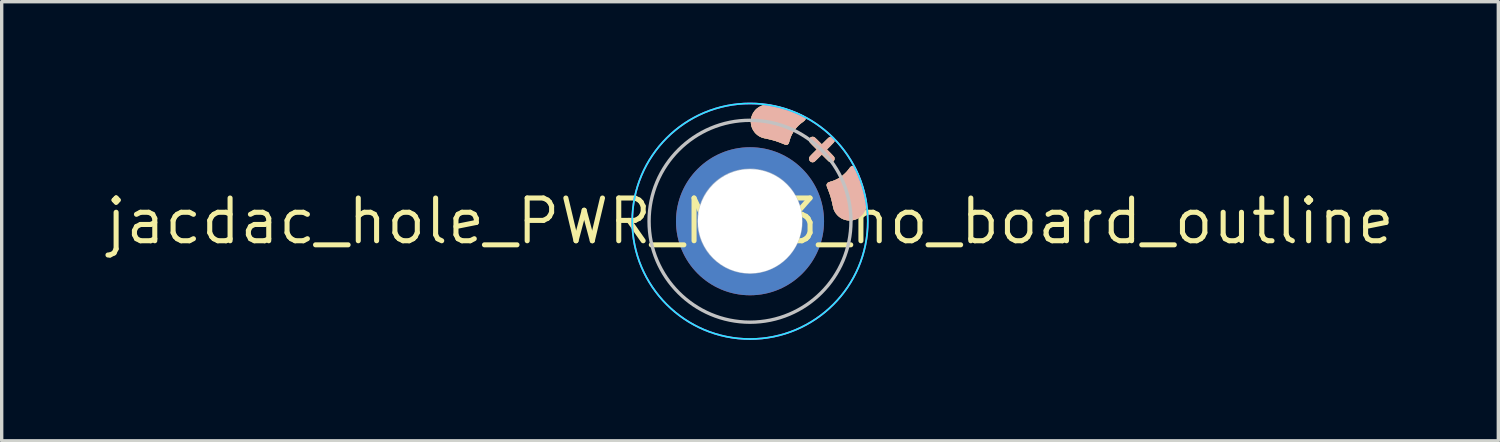
<source format=kicad_pcb>
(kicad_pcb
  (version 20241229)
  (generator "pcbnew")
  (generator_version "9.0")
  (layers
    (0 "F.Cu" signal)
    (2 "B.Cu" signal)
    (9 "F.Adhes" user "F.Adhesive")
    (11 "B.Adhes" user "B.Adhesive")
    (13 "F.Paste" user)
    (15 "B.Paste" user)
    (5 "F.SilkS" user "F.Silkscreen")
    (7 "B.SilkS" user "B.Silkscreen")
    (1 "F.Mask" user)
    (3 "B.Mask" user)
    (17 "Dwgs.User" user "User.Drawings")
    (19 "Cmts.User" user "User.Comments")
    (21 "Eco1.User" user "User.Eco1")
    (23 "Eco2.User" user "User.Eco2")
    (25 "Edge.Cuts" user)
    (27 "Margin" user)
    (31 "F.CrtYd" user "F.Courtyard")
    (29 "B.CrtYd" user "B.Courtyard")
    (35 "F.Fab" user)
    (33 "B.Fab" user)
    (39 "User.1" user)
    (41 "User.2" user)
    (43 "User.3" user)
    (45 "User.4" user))
  (footprint "jacdac_hole_PWR_MH3_no_board_outline"
    (layer "F.Cu")
    (at 19.239 3.525)
    (property "Reference" "jacdac_hole_PWR_MH3_no_board_outline" (at 0 0 0) (layer "F.SilkS") (effects (font (size 1.27 1.27) (thickness 0.15))))
    (attr through_hole exclude_from_bom)
    (fp_circle (center 0 0) (end 0 -2.5) (stroke (width 0) (type solid)) (fill yes) (layer "F.Mask"))
    (fp_circle (center 0 0) (end 0 -2.5) (stroke (width 0) (type solid)) (fill yes) (layer "B.Mask"))
    (fp_poly (pts (xy 2.284 -1.098) (xy 2.291 -1.114) (xy 2.301 -1.127) (xy 2.31 -1.137) (xy 2.32 -1.144) (xy 2.332 -1.151) (xy 2.347 -1.158) (xy 2.368 -1.164) (xy 2.394 -1.172) (xy 2.395 -1.173) (xy 2.452 -1.19) (xy 2.504 -1.209) (xy 2.553 -1.231) (xy 2.586 -1.247) (xy 2.661 -1.29) (xy 2.733 -1.339) (xy 2.8 -1.395) (xy 2.863 -1.456) (xy 2.919 -1.522) (xy 2.947 -1.56) (xy 2.969 -1.588) (xy 2.989 -1.61) (xy 3.009 -1.625) (xy 3.028 -1.635) (xy 3.048 -1.639) (xy 3.053 -1.639) (xy 3.071 -1.637) (xy 3.088 -1.631) (xy 3.104 -1.619) (xy 3.119 -1.602) (xy 3.135 -1.578) (xy 3.151 -1.548) (xy 3.151 -1.547) (xy 3.209 -1.426) (xy 3.262 -1.298) (xy 3.311 -1.165) (xy 3.356 -1.029) (xy 3.395 -0.889) (xy 3.429 -0.747) (xy 3.442 -0.688) (xy 3.453 -0.629) (xy 3.46 -0.576) (xy 3.463 -0.528) (xy 3.462 -0.486) (xy 3.458 -0.452) (xy 3.443 -0.389) (xy 3.422 -0.329) (xy 3.394 -0.273) (xy 3.36 -0.222) (xy 3.319 -0.175) (xy 3.273 -0.134) (xy 3.22 -0.097) (xy 3.212 -0.092) (xy 3.159 -0.066) (xy 3.103 -0.046) (xy 3.044 -0.033) (xy 2.984 -0.027) (xy 2.924 -0.028) (xy 2.864 -0.036) (xy 2.807 -0.05) (xy 2.803 -0.052) (xy 2.747 -0.075) (xy 2.694 -0.104) (xy 2.645 -0.14) (xy 2.6 -0.182) (xy 2.56 -0.228) (xy 2.527 -0.279) (xy 2.5 -0.333) (xy 2.491 -0.355) (xy 2.486 -0.37) (xy 2.481 -0.39) (xy 2.475 -0.414) (xy 2.469 -0.441) (xy 2.463 -0.467) (xy 2.463 -0.468) (xy 2.441 -0.567) (xy 2.418 -0.661) (xy 2.392 -0.751) (xy 2.362 -0.838) (xy 2.33 -0.925) (xy 2.31 -0.973) (xy 2.296 -1.008) (xy 2.287 -1.036) (xy 2.282 -1.06) (xy 2.281 -1.081) (xy 2.284 -1.098)) (stroke (width 0.01) (type solid)) (fill yes) (layer "F.SilkS"))
    (fp_poly (pts (xy 0.035 -3.049) (xy 0.048 -3.107) (xy 0.069 -3.162) (xy 0.095 -3.214) (xy 0.128 -3.263) (xy 0.166 -3.308) (xy 0.209 -3.348) (xy 0.258 -3.383) (xy 0.311 -3.412) (xy 0.368 -3.436) (xy 0.43 -3.453) (xy 0.431 -3.454) (xy 0.449 -3.457) (xy 0.468 -3.459) (xy 0.491 -3.46) (xy 0.519 -3.46) (xy 0.531 -3.46) (xy 0.552 -3.46) (xy 0.573 -3.459) (xy 0.595 -3.457) (xy 0.617 -3.455) (xy 0.642 -3.451) (xy 0.67 -3.446) (xy 0.702 -3.439) (xy 0.74 -3.431) (xy 0.784 -3.421) (xy 0.802 -3.417) (xy 0.916 -3.388) (xy 1.032 -3.354) (xy 1.149 -3.316) (xy 1.265 -3.274) (xy 1.379 -3.228) (xy 1.487 -3.18) (xy 1.558 -3.145) (xy 1.586 -3.131) (xy 1.607 -3.118) (xy 1.623 -3.106) (xy 1.634 -3.094) (xy 1.642 -3.082) (xy 1.642 -3.08) (xy 1.648 -3.062) (xy 1.648 -3.045) (xy 1.644 -3.031) (xy 1.634 -3.011) (xy 1.615 -2.991) (xy 1.59 -2.97) (xy 1.585 -2.967) (xy 1.512 -2.913) (xy 1.444 -2.854) (xy 1.383 -2.79) (xy 1.328 -2.721) (xy 1.279 -2.648) (xy 1.237 -2.572) (xy 1.211 -2.515) (xy 1.199 -2.484) (xy 1.188 -2.452) (xy 1.177 -2.419) (xy 1.166 -2.381) (xy 1.157 -2.348) (xy 1.152 -2.33) (xy 1.147 -2.317) (xy 1.14 -2.306) (xy 1.132 -2.298) (xy 1.117 -2.284) (xy 1.1 -2.276) (xy 1.082 -2.274) (xy 1.061 -2.276) (xy 1.035 -2.284) (xy 1.013 -2.293) (xy 0.892 -2.342) (xy 0.768 -2.386) (xy 0.639 -2.423) (xy 0.506 -2.454) (xy 0.475 -2.461) (xy 0.44 -2.468) (xy 0.412 -2.474) (xy 0.388 -2.48) (xy 0.368 -2.486) (xy 0.349 -2.493) (xy 0.331 -2.501) (xy 0.317 -2.507) (xy 0.264 -2.535) (xy 0.215 -2.571) (xy 0.17 -2.611) (xy 0.131 -2.657) (xy 0.097 -2.707) (xy 0.069 -2.761) (xy 0.048 -2.817) (xy 0.037 -2.864) (xy 0.028 -2.927) (xy 0.028 -2.989) (xy 0.035 -3.049)) (stroke (width 0.01) (type solid)) (fill yes) (layer "F.SilkS"))
    (fp_poly (pts (xy 1.761 -1.87) (xy 1.762 -1.88) (xy 1.764 -1.89) (xy 1.768 -1.899) (xy 1.774 -1.91) (xy 1.783 -1.922) (xy 1.795 -1.936) (xy 1.811 -1.953) (xy 1.831 -1.974) (xy 1.855 -1.999) (xy 1.883 -2.027) (xy 1.989 -2.133) (xy 1.881 -2.241) (xy 1.849 -2.274) (xy 1.822 -2.302) (xy 1.801 -2.324) (xy 1.785 -2.342) (xy 1.774 -2.355) (xy 1.768 -2.363) (xy 1.767 -2.365) (xy 1.761 -2.389) (xy 1.762 -2.415) (xy 1.767 -2.441) (xy 1.778 -2.464) (xy 1.788 -2.476) (xy 1.808 -2.492) (xy 1.832 -2.502) (xy 1.859 -2.506) (xy 1.886 -2.503) (xy 1.896 -2.5) (xy 1.902 -2.498) (xy 1.908 -2.495) (xy 1.915 -2.491) (xy 1.923 -2.485) (xy 1.933 -2.476) (xy 1.946 -2.464) (xy 1.962 -2.449) (xy 1.982 -2.43) (xy 2.006 -2.406) (xy 2.026 -2.386) (xy 2.134 -2.279) (xy 2.24 -2.384) (xy 2.269 -2.412) (xy 2.294 -2.437) (xy 2.317 -2.458) (xy 2.336 -2.475) (xy 2.35 -2.488) (xy 2.359 -2.495) (xy 2.362 -2.497) (xy 2.38 -2.502) (xy 2.402 -2.505) (xy 2.425 -2.503) (xy 2.445 -2.499) (xy 2.454 -2.496) (xy 2.473 -2.482) (xy 2.49 -2.463) (xy 2.501 -2.444) (xy 2.505 -2.428) (xy 2.507 -2.408) (xy 2.506 -2.388) (xy 2.503 -2.37) (xy 2.501 -2.364) (xy 2.496 -2.357) (xy 2.485 -2.344) (xy 2.469 -2.326) (xy 2.447 -2.303) (xy 2.42 -2.275) (xy 2.387 -2.242) (xy 2.387 -2.241) (xy 2.279 -2.133) (xy 2.385 -2.027) (xy 2.416 -1.996) (xy 2.441 -1.97) (xy 2.462 -1.948) (xy 2.477 -1.931) (xy 2.489 -1.918) (xy 2.496 -1.908) (xy 2.499 -1.903) (xy 2.506 -1.879) (xy 2.507 -1.852) (xy 2.502 -1.826) (xy 2.497 -1.813) (xy 2.481 -1.789) (xy 2.46 -1.772) (xy 2.438 -1.762) (xy 2.42 -1.758) (xy 2.405 -1.757) (xy 2.389 -1.759) (xy 2.376 -1.763) (xy 2.37 -1.764) (xy 2.364 -1.767) (xy 2.358 -1.771) (xy 2.351 -1.776) (xy 2.342 -1.783) (xy 2.33 -1.794) (xy 2.316 -1.808) (xy 2.298 -1.825) (xy 2.276 -1.847) (xy 2.248 -1.874) (xy 2.244 -1.879) (xy 2.134 -1.988) (xy 2.024 -1.879) (xy 1.996 -1.851) (xy 1.973 -1.828) (xy 1.954 -1.81) (xy 1.939 -1.795) (xy 1.927 -1.785) (xy 1.918 -1.777) (xy 1.911 -1.771) (xy 1.904 -1.767) (xy 1.899 -1.765) (xy 1.893 -1.763) (xy 1.892 -1.763) (xy 1.873 -1.758) (xy 1.858 -1.757) (xy 1.843 -1.759) (xy 1.83 -1.762) (xy 1.805 -1.773) (xy 1.786 -1.79) (xy 1.771 -1.812) (xy 1.763 -1.838) (xy 1.761 -1.859) (xy 1.761 -1.87)) (stroke (width 0.01) (type solid)) (fill yes) (layer "F.SilkS"))
    (fp_poly (pts (xy 2.284 -1.098) (xy 2.291 -1.114) (xy 2.301 -1.127) (xy 2.31 -1.137) (xy 2.32 -1.144) (xy 2.332 -1.151) (xy 2.347 -1.158) (xy 2.368 -1.164) (xy 2.394 -1.172) (xy 2.395 -1.173) (xy 2.452 -1.19) (xy 2.504 -1.209) (xy 2.553 -1.231) (xy 2.586 -1.247) (xy 2.661 -1.29) (xy 2.733 -1.339) (xy 2.8 -1.395) (xy 2.863 -1.456) (xy 2.919 -1.522) (xy 2.947 -1.56) (xy 2.969 -1.588) (xy 2.989 -1.61) (xy 3.009 -1.625) (xy 3.028 -1.635) (xy 3.048 -1.639) (xy 3.053 -1.639) (xy 3.071 -1.637) (xy 3.088 -1.631) (xy 3.104 -1.619) (xy 3.119 -1.602) (xy 3.135 -1.578) (xy 3.151 -1.548) (xy 3.151 -1.547) (xy 3.209 -1.426) (xy 3.262 -1.298) (xy 3.311 -1.165) (xy 3.356 -1.029) (xy 3.395 -0.889) (xy 3.429 -0.747) (xy 3.442 -0.688) (xy 3.453 -0.629) (xy 3.46 -0.576) (xy 3.463 -0.528) (xy 3.462 -0.486) (xy 3.458 -0.452) (xy 3.443 -0.389) (xy 3.422 -0.329) (xy 3.394 -0.273) (xy 3.36 -0.222) (xy 3.319 -0.175) (xy 3.273 -0.134) (xy 3.22 -0.097) (xy 3.212 -0.092) (xy 3.159 -0.066) (xy 3.103 -0.046) (xy 3.044 -0.033) (xy 2.984 -0.027) (xy 2.924 -0.028) (xy 2.864 -0.036) (xy 2.807 -0.05) (xy 2.803 -0.052) (xy 2.747 -0.075) (xy 2.694 -0.104) (xy 2.645 -0.14) (xy 2.6 -0.182) (xy 2.56 -0.228) (xy 2.527 -0.279) (xy 2.5 -0.333) (xy 2.491 -0.355) (xy 2.486 -0.37) (xy 2.481 -0.39) (xy 2.475 -0.414) (xy 2.469 -0.441) (xy 2.463 -0.467) (xy 2.463 -0.468) (xy 2.441 -0.567) (xy 2.418 -0.661) (xy 2.392 -0.751) (xy 2.362 -0.838) (xy 2.33 -0.925) (xy 2.31 -0.973) (xy 2.296 -1.008) (xy 2.287 -1.036) (xy 2.282 -1.06) (xy 2.281 -1.081) (xy 2.284 -1.098)) (stroke (width 0.01) (type solid)) (fill yes) (layer "B.SilkS"))
    (fp_poly (pts (xy 0.035 -3.049) (xy 0.048 -3.107) (xy 0.069 -3.162) (xy 0.095 -3.214) (xy 0.128 -3.263) (xy 0.166 -3.308) (xy 0.209 -3.348) (xy 0.258 -3.383) (xy 0.311 -3.412) (xy 0.368 -3.436) (xy 0.43 -3.453) (xy 0.431 -3.454) (xy 0.449 -3.457) (xy 0.468 -3.459) (xy 0.491 -3.46) (xy 0.519 -3.46) (xy 0.531 -3.46) (xy 0.552 -3.46) (xy 0.573 -3.459) (xy 0.595 -3.457) (xy 0.617 -3.455) (xy 0.642 -3.451) (xy 0.67 -3.446) (xy 0.702 -3.439) (xy 0.74 -3.431) (xy 0.784 -3.421) (xy 0.802 -3.417) (xy 0.916 -3.388) (xy 1.032 -3.354) (xy 1.149 -3.316) (xy 1.265 -3.274) (xy 1.379 -3.228) (xy 1.487 -3.18) (xy 1.558 -3.145) (xy 1.586 -3.131) (xy 1.607 -3.118) (xy 1.623 -3.106) (xy 1.634 -3.094) (xy 1.642 -3.082) (xy 1.642 -3.08) (xy 1.648 -3.062) (xy 1.648 -3.045) (xy 1.644 -3.031) (xy 1.634 -3.011) (xy 1.615 -2.991) (xy 1.59 -2.97) (xy 1.585 -2.967) (xy 1.512 -2.913) (xy 1.444 -2.854) (xy 1.383 -2.79) (xy 1.328 -2.721) (xy 1.279 -2.648) (xy 1.237 -2.572) (xy 1.211 -2.515) (xy 1.199 -2.484) (xy 1.188 -2.452) (xy 1.177 -2.419) (xy 1.166 -2.381) (xy 1.157 -2.348) (xy 1.152 -2.33) (xy 1.147 -2.317) (xy 1.14 -2.306) (xy 1.132 -2.298) (xy 1.117 -2.284) (xy 1.1 -2.276) (xy 1.082 -2.274) (xy 1.061 -2.276) (xy 1.035 -2.284) (xy 1.013 -2.293) (xy 0.892 -2.342) (xy 0.768 -2.386) (xy 0.639 -2.423) (xy 0.506 -2.454) (xy 0.475 -2.461) (xy 0.44 -2.468) (xy 0.412 -2.474) (xy 0.388 -2.48) (xy 0.368 -2.486) (xy 0.349 -2.493) (xy 0.331 -2.501) (xy 0.317 -2.507) (xy 0.264 -2.535) (xy 0.215 -2.571) (xy 0.17 -2.611) (xy 0.131 -2.657) (xy 0.097 -2.707) (xy 0.069 -2.761) (xy 0.048 -2.817) (xy 0.037 -2.864) (xy 0.028 -2.927) (xy 0.028 -2.989) (xy 0.035 -3.049)) (stroke (width 0.01) (type solid)) (fill yes) (layer "B.SilkS"))
    (fp_poly (pts (xy 1.761 -1.87) (xy 1.762 -1.88) (xy 1.764 -1.89) (xy 1.768 -1.899) (xy 1.774 -1.91) (xy 1.783 -1.922) (xy 1.795 -1.936) (xy 1.811 -1.953) (xy 1.831 -1.974) (xy 1.855 -1.999) (xy 1.883 -2.027) (xy 1.989 -2.133) (xy 1.881 -2.241) (xy 1.849 -2.274) (xy 1.822 -2.302) (xy 1.801 -2.324) (xy 1.785 -2.342) (xy 1.774 -2.355) (xy 1.768 -2.363) (xy 1.767 -2.365) (xy 1.761 -2.389) (xy 1.762 -2.415) (xy 1.767 -2.441) (xy 1.778 -2.464) (xy 1.788 -2.476) (xy 1.808 -2.492) (xy 1.832 -2.502) (xy 1.859 -2.506) (xy 1.886 -2.503) (xy 1.896 -2.5) (xy 1.902 -2.498) (xy 1.908 -2.495) (xy 1.915 -2.491) (xy 1.923 -2.485) (xy 1.933 -2.476) (xy 1.946 -2.464) (xy 1.962 -2.449) (xy 1.982 -2.43) (xy 2.006 -2.406) (xy 2.026 -2.386) (xy 2.134 -2.279) (xy 2.24 -2.384) (xy 2.269 -2.412) (xy 2.294 -2.437) (xy 2.317 -2.458) (xy 2.336 -2.475) (xy 2.35 -2.488) (xy 2.359 -2.495) (xy 2.362 -2.497) (xy 2.38 -2.502) (xy 2.402 -2.505) (xy 2.425 -2.503) (xy 2.445 -2.499) (xy 2.454 -2.496) (xy 2.473 -2.482) (xy 2.49 -2.463) (xy 2.501 -2.444) (xy 2.505 -2.428) (xy 2.507 -2.408) (xy 2.506 -2.388) (xy 2.503 -2.37) (xy 2.501 -2.364) (xy 2.496 -2.357) (xy 2.485 -2.344) (xy 2.469 -2.326) (xy 2.447 -2.303) (xy 2.42 -2.275) (xy 2.387 -2.242) (xy 2.387 -2.241) (xy 2.279 -2.133) (xy 2.385 -2.027) (xy 2.416 -1.996) (xy 2.441 -1.97) (xy 2.462 -1.948) (xy 2.477 -1.931) (xy 2.489 -1.918) (xy 2.496 -1.908) (xy 2.499 -1.903) (xy 2.506 -1.879) (xy 2.507 -1.852) (xy 2.502 -1.826) (xy 2.497 -1.813) (xy 2.481 -1.789) (xy 2.46 -1.772) (xy 2.438 -1.762) (xy 2.42 -1.758) (xy 2.405 -1.757) (xy 2.389 -1.759) (xy 2.376 -1.763) (xy 2.37 -1.764) (xy 2.364 -1.767) (xy 2.358 -1.771) (xy 2.351 -1.776) (xy 2.342 -1.783) (xy 2.33 -1.794) (xy 2.316 -1.808) (xy 2.298 -1.825) (xy 2.276 -1.847) (xy 2.248 -1.874) (xy 2.244 -1.879) (xy 2.134 -1.988) (xy 2.024 -1.879) (xy 1.996 -1.851) (xy 1.973 -1.828) (xy 1.954 -1.81) (xy 1.939 -1.795) (xy 1.927 -1.785) (xy 1.918 -1.777) (xy 1.911 -1.771) (xy 1.904 -1.767) (xy 1.899 -1.765) (xy 1.893 -1.763) (xy 1.892 -1.763) (xy 1.873 -1.758) (xy 1.858 -1.757) (xy 1.843 -1.759) (xy 1.83 -1.762) (xy 1.805 -1.773) (xy 1.786 -1.79) (xy 1.771 -1.812) (xy 1.763 -1.838) (xy 1.761 -1.859) (xy 1.761 -1.87)) (stroke (width 0.01) (type solid)) (fill yes) (layer "B.SilkS"))
    (fp_circle (center 0 0) (end -3 0) (stroke (width 0.1) (type default)) (fill no) (layer "Dwgs.User"))
    (fp_poly (pts (xy -0.051 1.553) (xy -0.173 1.545) (xy -0.291 1.528) (xy -0.405 1.503) (xy -0.517 1.468) (xy -0.628 1.424) (xy -0.686 1.397) (xy -0.796 1.337) (xy -0.901 1.269) (xy -0.999 1.194) (xy -1.09 1.112) (xy -1.175 1.023) (xy -1.252 0.929) (xy -1.321 0.828) (xy -1.382 0.722) (xy -1.435 0.611) (xy -1.478 0.496) (xy -1.513 0.377) (xy -1.526 0.321) (xy -1.535 0.278) (xy -1.542 0.239) (xy -1.547 0.204) (xy -1.551 0.169) (xy -1.554 0.133) (xy -1.556 0.093) (xy -1.556 0.047) (xy -1.557 -0.005) (xy -1.556 -0.061) (xy -1.555 -0.109) (xy -1.553 -0.152) (xy -1.549 -0.191) (xy -1.544 -0.23) (xy -1.538 -0.269) (xy -1.529 -0.312) (xy -1.521 -0.348) (xy -1.49 -0.466) (xy -1.448 -0.582) (xy -1.398 -0.695) (xy -1.339 -0.803) (xy -1.271 -0.907) (xy -1.195 -1.004) (xy -1.183 -1.019) (xy -1.097 -1.111) (xy -1.005 -1.195) (xy -0.906 -1.271) (xy -0.802 -1.339) (xy -0.69 -1.4) (xy -0.687 -1.401) (xy -0.596 -1.443) (xy -0.505 -1.477) (xy -0.413 -1.505) (xy -0.317 -1.528) (xy -0.221 -1.545) (xy -0.191 -1.549) (xy -0.158 -1.552) (xy -0.12 -1.554) (xy -0.076 -1.556) (xy -0.03 -1.557) (xy 0.005 -1.557) (xy 0.039 -1.557) (xy 0.068 -1.557) (xy 0.092 -1.557) (xy 0.108 -1.557) (xy 0.114 -1.557) (xy 0.226 -1.543) (xy 0.33 -1.524) (xy 0.429 -1.499) (xy 0.524 -1.469) (xy 0.618 -1.431) (xy 0.696 -1.395) (xy 0.8 -1.338) (xy 0.898 -1.274) (xy 0.99 -1.203) (xy 1.078 -1.124) (xy 1.115 -1.086) (xy 1.154 -1.045) (xy 1.188 -1.007) (xy 1.219 -0.969) (xy 1.249 -0.929) (xy 1.281 -0.884) (xy 1.296 -0.862) (xy 1.361 -0.755) (xy 1.417 -0.644) (xy 1.463 -0.53) (xy 1.5 -0.412) (xy 1.528 -0.292) (xy 1.545 -0.168) (xy 1.553 -0.048) (xy 1.553 0.003) (xy 1.537 0.003) (xy 1.536 -0.042) (xy 1.536 -0.085) (xy 1.534 -0.124) (xy 1.533 -0.158) (xy 1.53 -0.183) (xy 1.53 -0.188) (xy 1.507 -0.317) (xy 1.476 -0.44) (xy 1.436 -0.559) (xy 1.387 -0.672) (xy 1.33 -0.78) (xy 1.264 -0.883) (xy 1.189 -0.981) (xy 1.105 -1.075) (xy 1.087 -1.092) (xy 0.996 -1.176) (xy 0.9 -1.252) (xy 0.798 -1.32) (xy 0.691 -1.38) (xy 0.581 -1.431) (xy 0.467 -1.472) (xy 0.35 -1.505) (xy 0.231 -1.527) (xy 0.183 -1.534) (xy 0.16 -1.536) (xy 0.138 -1.539) (xy 0.122 -1.541) (xy 0.117 -1.541) (xy 0.1 -1.542) (xy 0.075 -1.543) (xy 0.044 -1.543) (xy 0.008 -1.542) (xy -0.031 -1.542) (xy -0.07 -1.54) (xy -0.109 -1.539) (xy -0.144 -1.537) (xy -0.175 -1.535) (xy -0.198 -1.533) (xy -0.208 -1.532) (xy -0.326 -1.511) (xy -0.437 -1.483) (xy -0.543 -1.448) (xy -0.646 -1.405) (xy -0.746 -1.354) (xy -0.845 -1.294) (xy -0.853 -1.288) (xy -0.92 -1.242) (xy -0.982 -1.194) (xy -1.042 -1.141) (xy -1.092 -1.092) (xy -1.177 -1.001) (xy -1.254 -0.903) (xy -1.322 -0.801) (xy -1.381 -0.694) (xy -1.432 -0.583) (xy -1.474 -0.468) (xy -1.505 -0.35) (xy -1.516 -0.302) (xy -1.523 -0.26) (xy -1.529 -0.224) (xy -1.534 -0.192) (xy -1.537 -0.16) (xy -1.54 -0.127) (xy -1.541 -0.091) (xy -1.542 -0.048) (xy -1.542 -0.003) (xy -1.541 0.049) (xy -1.54 0.095) (xy -1.539 0.134) (xy -1.537 0.165) (xy -1.535 0.183) (xy -1.515 0.302) (xy -1.488 0.415) (xy -1.454 0.522) (xy -1.412 0.625) (xy -1.362 0.726) (xy -1.303 0.825) (xy -1.288 0.848) (xy -1.242 0.915) (xy -1.194 0.977) (xy -1.141 1.037) (xy -1.092 1.087) (xy -1 1.173) (xy -0.903 1.25) (xy -0.801 1.318) (xy -0.694 1.377) (xy -0.582 1.427) (xy -0.465 1.468) (xy -0.343 1.501) (xy -0.216 1.526) (xy -0.188 1.53) (xy -0.164 1.532) (xy -0.132 1.534) (xy -0.094 1.535) (xy -0.052 1.536) (xy -0.007 1.537) (xy 0.037 1.536) (xy 0.08 1.536) (xy 0.119 1.534) (xy 0.153 1.533) (xy 0.179 1.53) (xy 0.183 1.53) (xy 0.312 1.507) (xy 0.435 1.476) (xy 0.554 1.436) (xy 0.667 1.387) (xy 0.775 1.33) (xy 0.878 1.264) (xy 0.976 1.189) (xy 1.069 1.105) (xy 1.087 1.087) (xy 1.173 0.995) (xy 1.25 0.898) (xy 1.317 0.796) (xy 1.376 0.69) (xy 1.427 0.578) (xy 1.468 0.461) (xy 1.501 0.339) (xy 1.526 0.211) (xy 1.53 0.183) (xy 1.532 0.159) (xy 1.534 0.127) (xy 1.536 0.089) (xy 1.536 0.047) (xy 1.537 0.003) (xy 1.553 0.003) (xy 1.553 0.045) (xy 1.549 0.132) (xy 1.54 0.217) (xy 1.525 0.303) (xy 1.509 0.373) (xy 1.476 0.49) (xy 1.433 0.604) (xy 1.381 0.714) (xy 1.321 0.819) (xy 1.253 0.92) (xy 1.177 1.015) (xy 1.094 1.103) (xy 1.004 1.186) (xy 0.908 1.261) (xy 0.807 1.329) (xy 0.7 1.388) (xy 0.696 1.39) (xy 0.583 1.441) (xy 0.469 1.483) (xy 0.354 1.514) (xy 0.237 1.537) (xy 0.116 1.55) (xy -0.008 1.554) (xy -0.051 1.553)) (stroke (width 0.01) (type solid)) (fill no) (layer "Dwgs.User"))
    (fp_circle (center 0 0) (end 0 -3.5) (stroke (width 0.05) (type default)) (fill no) (layer "B.CrtYd"))
    (fp_circle (center 0 0) (end 0 -3.5) (stroke (width 0.05) (type default)) (fill no) (layer "F.CrtYd"))
    (pad "MH3" thru_hole circle (at 0 0 180) (size 4.4 4.4) (drill 3.1) (layers "*.Cu"))
    (zone (net_name "") (layers "F.Cu" "B.Cu") (hatch edge 0.5) (connect_pads) (min_thickness 0.254) (filled_areas_thickness no) (keepout (tracks allowed) (vias allowed) (pads allowed) (copperpour not_allowed) (footprints allowed)) (placement (enabled no)) (fill) (polygon (pts (xy 16.234 3.525) (xy 16.254 3.874) (xy 16.315 4.218) (xy 16.415 4.553) (xy 16.553 4.874) (xy 16.728 5.176) (xy 16.937 5.457) (xy 17.177 5.711) (xy 17.444 5.935) (xy 17.736 6.127) (xy 18.048 6.284) (xy 18.377 6.404) (xy 18.717 6.484) (xy 19.064 6.525) (xy 19.413 6.525) (xy 19.761 6.484) (xy 20.101 6.404) (xy 20.429 6.284) (xy 20.741 6.127) (xy 21.033 5.935) (xy 21.301 5.711) (xy 21.541 5.457) (xy 21.749 5.176) (xy 21.924 4.874) (xy 22.063 4.553) (xy 22.163 4.218) (xy 22.223 3.874) (xy 22.244 3.525) (xy 22.223 3.176) (xy 22.163 2.832) (xy 22.063 2.497) (xy 21.924 2.176) (xy 21.749 1.874) (xy 21.541 1.593) (xy 21.301 1.339) (xy 21.033 1.115) (xy 20.741 0.923) (xy 20.429 0.766) (xy 20.101 0.646) (xy 19.761 0.566) (xy 19.413 0.525) (xy 19.064 0.525) (xy 18.717 0.566) (xy 18.377 0.646) (xy 18.048 0.766) (xy 17.736 0.923) (xy 17.444 1.115) (xy 17.177 1.339) (xy 16.937 1.593) (xy 16.728 1.874) (xy 16.553 2.176) (xy 16.415 2.497) (xy 16.315 2.832) (xy 16.254 3.176)))))
  (gr_rect
    (start -3 -3)
    (end 41.477 10.05)
    (stroke (width 0.1) (type default))
    (fill no)
    (layer "Edge.Cuts")))
</source>
